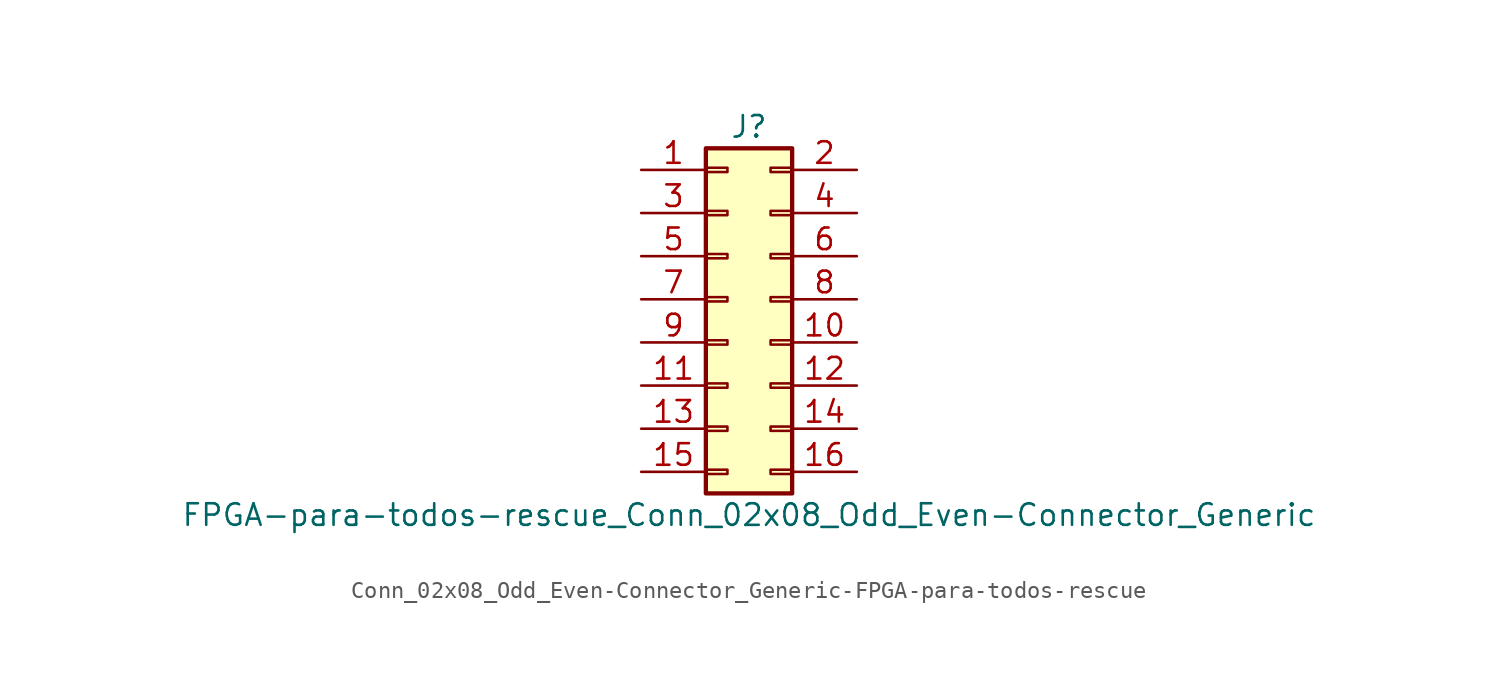
<source format=kicad_sym>
(kicad_symbol_lib
  (version 20231120)
  (generator "kicad_symbol_editor")
  (generator_version "8.0")
  (symbol "Conn_02x08_Odd_Even-Connector_Generic-FPGA-para-todos-rescue"
    (pin_names
      (offset 1.016) hide)
    (property "Reference" "J"
      (at 1.27 10.16 0)
      (effects (font (size 1.27 1.27))))
    (property "Value" "FPGA-para-todos-rescue_Conn_02x08_Odd_Even-Connector_Generic"
      (at 1.27 -12.7 0)
      (effects (font (size 1.27 1.27))))
    (symbol "Conn_02x08_Odd_Even-Connector_Generic-FPGA-para-todos-rescue_1_1"
      (rectangle (start -1.27 -10.033) (end 0 -10.287) (stroke (width 0.152) (type solid)) (fill (type none)))
      (rectangle (start -1.27 -7.493) (end 0 -7.747) (stroke (width 0.152) (type solid)) (fill (type none)))
      (rectangle (start -1.27 -4.953) (end 0 -5.207) (stroke (width 0.152) (type solid)) (fill (type none)))
      (rectangle (start -1.27 -2.413) (end 0 -2.667) (stroke (width 0.152) (type solid)) (fill (type none)))
      (rectangle (start -1.27 0.127) (end 0 -0.127) (stroke (width 0.152) (type solid)) (fill (type none)))
      (rectangle (start -1.27 2.667) (end 0 2.413) (stroke (width 0.152) (type solid)) (fill (type none)))
      (rectangle (start -1.27 5.207) (end 0 4.953) (stroke (width 0.152) (type solid)) (fill (type none)))
      (rectangle (start -1.27 7.747) (end 0 7.493) (stroke (width 0.152) (type solid)) (fill (type none)))
      (rectangle (start -1.27 8.89) (end 3.81 -11.43) (stroke (width 0.254) (type solid)) (fill (type background)))
      (rectangle (start 3.81 -10.033) (end 2.54 -10.287) (stroke (width 0.152) (type solid)) (fill (type none)))
      (rectangle (start 3.81 -7.493) (end 2.54 -7.747) (stroke (width 0.152) (type solid)) (fill (type none)))
      (rectangle (start 3.81 -4.953) (end 2.54 -5.207) (stroke (width 0.152) (type solid)) (fill (type none)))
      (rectangle (start 3.81 -2.413) (end 2.54 -2.667) (stroke (width 0.152) (type solid)) (fill (type none)))
      (rectangle (start 3.81 0.127) (end 2.54 -0.127) (stroke (width 0.152) (type solid)) (fill (type none)))
      (rectangle (start 3.81 2.667) (end 2.54 2.413) (stroke (width 0.152) (type solid)) (fill (type none)))
      (rectangle (start 3.81 5.207) (end 2.54 4.953) (stroke (width 0.152) (type solid)) (fill (type none)))
      (rectangle (start 3.81 7.747) (end 2.54 7.493) (stroke (width 0.152) (type solid)) (fill (type none)))
      (pin passive line (at -5.08 7.62 0) (length 3.81) (name "Pin_1" (effects (font (size 1.27 1.27)))) (number "1" (effects (font (size 1.27 1.27)))))
      (pin passive line (at 7.62 -2.54 180) (length 3.81) (name "Pin_10" (effects (font (size 1.27 1.27)))) (number "10" (effects (font (size 1.27 1.27)))))
      (pin passive line (at -5.08 -5.08 0) (length 3.81) (name "Pin_11" (effects (font (size 1.27 1.27)))) (number "11" (effects (font (size 1.27 1.27)))))
      (pin passive line (at 7.62 -5.08 180) (length 3.81) (name "Pin_12" (effects (font (size 1.27 1.27)))) (number "12" (effects (font (size 1.27 1.27)))))
      (pin passive line (at -5.08 -7.62 0) (length 3.81) (name "Pin_13" (effects (font (size 1.27 1.27)))) (number "13" (effects (font (size 1.27 1.27)))))
      (pin passive line (at 7.62 -7.62 180) (length 3.81) (name "Pin_14" (effects (font (size 1.27 1.27)))) (number "14" (effects (font (size 1.27 1.27)))))
      (pin passive line (at -5.08 -10.16 0) (length 3.81) (name "Pin_15" (effects (font (size 1.27 1.27)))) (number "15" (effects (font (size 1.27 1.27)))))
      (pin passive line (at 7.62 -10.16 180) (length 3.81) (name "Pin_16" (effects (font (size 1.27 1.27)))) (number "16" (effects (font (size 1.27 1.27)))))
      (pin passive line (at 7.62 7.62 180) (length 3.81) (name "Pin_2" (effects (font (size 1.27 1.27)))) (number "2" (effects (font (size 1.27 1.27)))))
      (pin passive line (at -5.08 5.08 0) (length 3.81) (name "Pin_3" (effects (font (size 1.27 1.27)))) (number "3" (effects (font (size 1.27 1.27)))))
      (pin passive line (at 7.62 5.08 180) (length 3.81) (name "Pin_4" (effects (font (size 1.27 1.27)))) (number "4" (effects (font (size 1.27 1.27)))))
      (pin passive line (at -5.08 2.54 0) (length 3.81) (name "Pin_5" (effects (font (size 1.27 1.27)))) (number "5" (effects (font (size 1.27 1.27)))))
      (pin passive line (at 7.62 2.54 180) (length 3.81) (name "Pin_6" (effects (font (size 1.27 1.27)))) (number "6" (effects (font (size 1.27 1.27)))))
      (pin passive line (at -5.08 0 0) (length 3.81) (name "Pin_7" (effects (font (size 1.27 1.27)))) (number "7" (effects (font (size 1.27 1.27)))))
      (pin passive line (at 7.62 0 180) (length 3.81) (name "Pin_8" (effects (font (size 1.27 1.27)))) (number "8" (effects (font (size 1.27 1.27)))))
      (pin passive line (at -5.08 -2.54 0) (length 3.81) (name "Pin_9" (effects (font (size 1.27 1.27)))) (number "9" (effects (font (size 1.27 1.27))))))))
</source>
